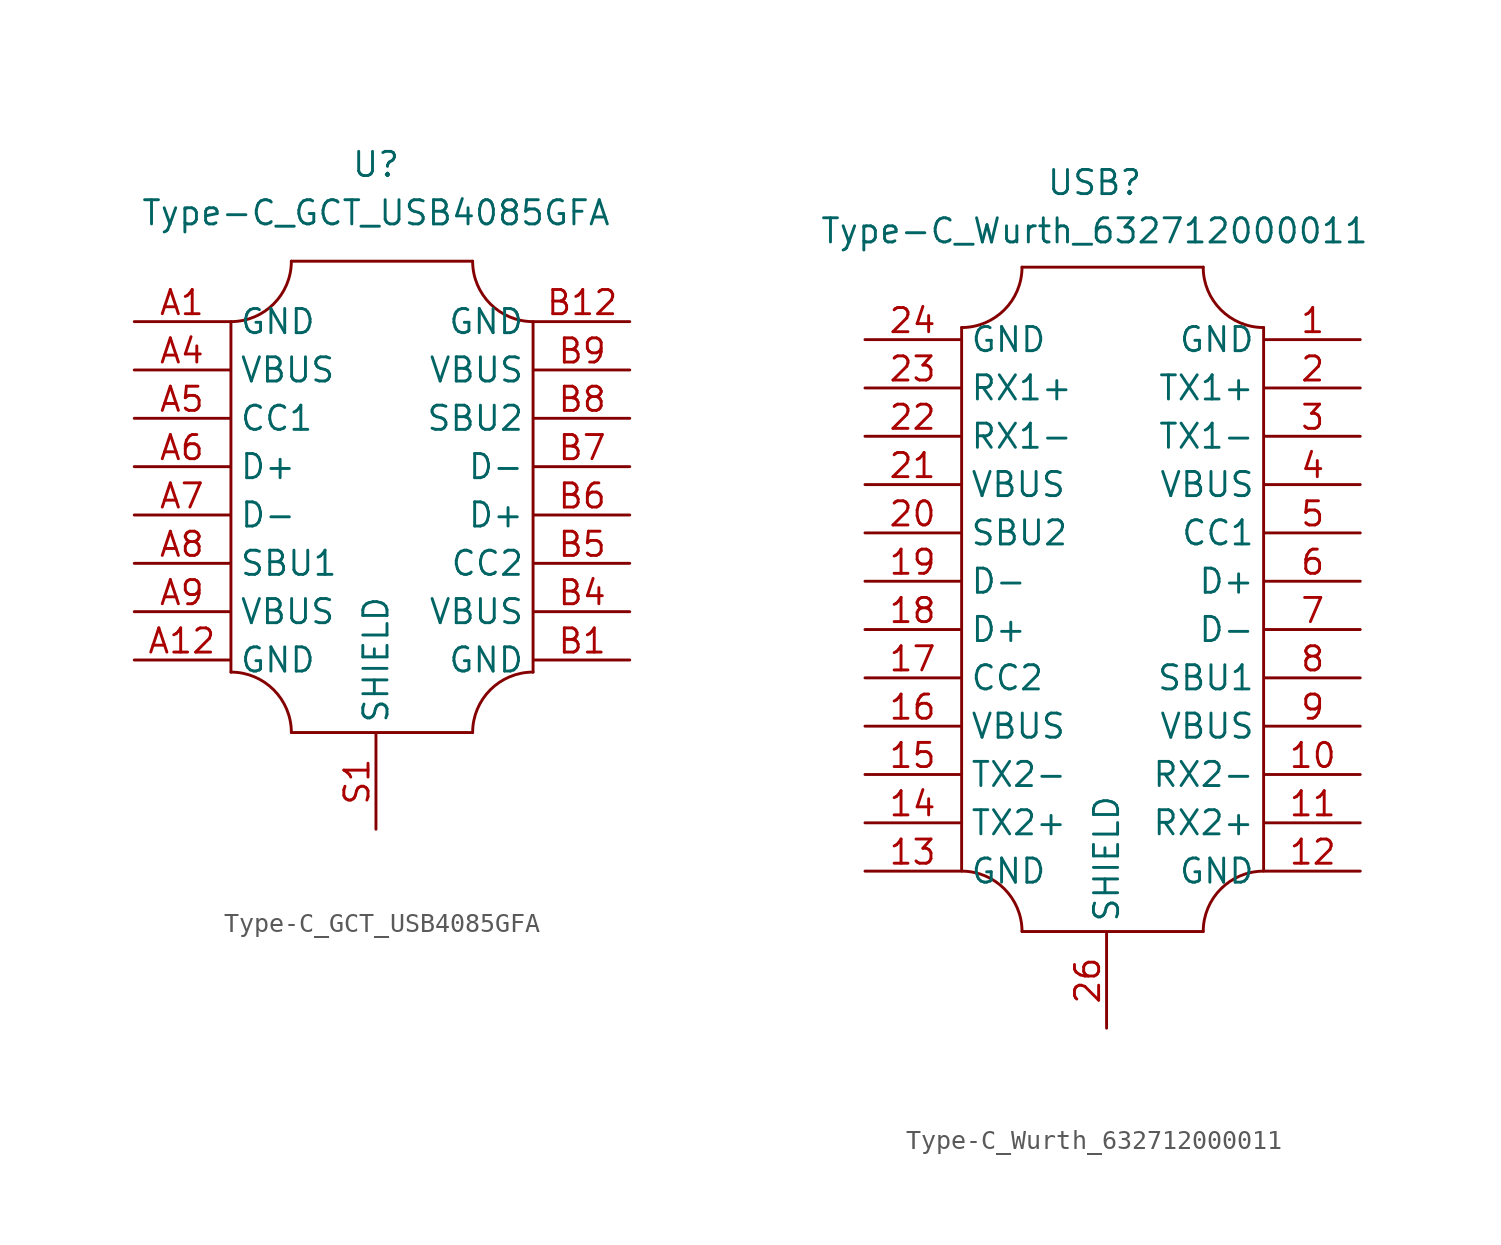
<source format=kicad_sym>
(kicad_symbol_lib
  (version 20211014)
  (generator kicad_symbol_editor)
  (symbol "Type-C_GCT_USB4085GFA"
    (property "Reference" "U"
      (at 0 29.845 0)
      (effects (font (size 1.27 1.27))))
    (property "Value" "Type-C_GCT_USB4085GFA"
      (at 0 27.305 0)
      (effects (font (size 1.27 1.27))))
    (symbol "Type-C_GCT_USB4085GFA_0_0"
      (pin power_in line (at -12.7 21.59 0) (length 5) (name "GND" (effects (font (size 1.27 1.27)))) (number "A1" (effects (font (size 1.27 1.27)))))
      (pin power_in line (at -12.7 3.81 0) (length 5) (name "GND" (effects (font (size 1.27 1.27)))) (number "A12" (effects (font (size 1.27 1.27)))))
      (pin power_in line (at -12.7 19.05 0) (length 5) (name "VBUS" (effects (font (size 1.27 1.27)))) (number "A4" (effects (font (size 1.27 1.27)))))
      (pin bidirectional line (at -12.7 16.51 0) (length 5) (name "CC1" (effects (font (size 1.27 1.27)))) (number "A5" (effects (font (size 1.27 1.27)))))
      (pin bidirectional line (at -12.7 13.97 0) (length 5) (name "D+" (effects (font (size 1.27 1.27)))) (number "A6" (effects (font (size 1.27 1.27)))))
      (pin bidirectional line (at -12.7 11.43 0) (length 5) (name "D-" (effects (font (size 1.27 1.27)))) (number "A7" (effects (font (size 1.27 1.27)))))
      (pin bidirectional line (at -12.7 8.89 0) (length 5) (name "SBU1" (effects (font (size 1.27 1.27)))) (number "A8" (effects (font (size 1.27 1.27)))))
      (pin power_in line (at -12.7 6.35 0) (length 5) (name "VBUS" (effects (font (size 1.27 1.27)))) (number "A9" (effects (font (size 1.27 1.27)))))
      (pin power_in line (at 13.335 3.81 180) (length 5) (name "GND" (effects (font (size 1.27 1.27)))) (number "B1" (effects (font (size 1.27 1.27)))))
      (pin power_in line (at 13.335 21.59 180) (length 5) (name "GND" (effects (font (size 1.27 1.27)))) (number "B12" (effects (font (size 1.27 1.27)))))
      (pin power_in line (at 13.335 6.35 180) (length 5) (name "VBUS" (effects (font (size 1.27 1.27)))) (number "B4" (effects (font (size 1.27 1.27)))))
      (pin bidirectional line (at 13.335 8.89 180) (length 5) (name "CC2" (effects (font (size 1.27 1.27)))) (number "B5" (effects (font (size 1.27 1.27)))))
      (pin bidirectional line (at 13.335 11.43 180) (length 5) (name "D+" (effects (font (size 1.27 1.27)))) (number "B6" (effects (font (size 1.27 1.27)))))
      (pin bidirectional line (at 13.335 13.97 180) (length 5) (name "D-" (effects (font (size 1.27 1.27)))) (number "B7" (effects (font (size 1.27 1.27)))))
      (pin bidirectional line (at 13.335 16.51 180) (length 5) (name "SBU2" (effects (font (size 1.27 1.27)))) (number "B8" (effects (font (size 1.27 1.27)))))
      (pin power_in line (at 13.335 19.05 180) (length 5) (name "VBUS" (effects (font (size 1.27 1.27)))) (number "B9" (effects (font (size 1.27 1.27)))))
      (pin power_in line (at 0 -5.08 90) (length 5) (name "SHIELD" (effects (font (size 1.27 1.27)))) (number "S1" (effects (font (size 1.27 1.27))))))
    (symbol "Type-C_GCT_USB4085GFA_0_1"
      (arc (start -7.62 21.59) (mid -2.1999 19.3449) (end -4.445 24.765) (stroke (width 0) (type default) (color 0 0 0 0)) (fill (type none)))
      (arc (start -4.445 0) (mid -2.1999 5.4201) (end -7.62 3.175) (stroke (width 0) (type default) (color 0 0 0 0)) (fill (type none)))
      (polyline (pts (xy -7.62 21.59) (xy -7.62 3.175)) (stroke (width 0) (type default) (color 0 0 0 0)) (fill (type none)))
      (polyline (pts (xy -4.445 24.765) (xy 5.08 24.765)) (stroke (width 0) (type default) (color 0 0 0 0)) (fill (type none)))
      (polyline (pts (xy 5.08 0) (xy -4.445 0)) (stroke (width 0) (type default) (color 0 0 0 0)) (fill (type none)))
      (polyline (pts (xy 8.255 3.175) (xy 8.255 21.59)) (stroke (width 0) (type default) (color 0 0 0 0)) (fill (type none)))
      (arc (start 5.08 24.765) (mid 2.8349 19.3449) (end 8.255 21.59) (stroke (width 0) (type default) (color 0 0 0 0)) (fill (type none)))
      (arc (start 8.255 3.175) (mid 2.8349 5.4201) (end 5.08 0) (stroke (width 0) (type default) (color 0 0 0 0)) (fill (type none)))))
  (symbol "Type-C_Wurth_632712000011"
    (property "Reference" "USB"
      (at 0 39.37 0)
      (effects (font (size 1.27 1.27))))
    (property "Value" "Type-C_Wurth_632712000011"
      (at 0 36.83 0)
      (effects (font (size 1.27 1.27))))
    (symbol "Type-C_Wurth_632712000011_0_0"
      (pin power_in line (at 13.97 31.115 180) (length 5) (name "GND" (effects (font (size 1.27 1.27)))) (number "1" (effects (font (size 1.27 1.27)))))
      (pin input line (at 13.97 8.255 180) (length 5) (name "RX2-" (effects (font (size 1.27 1.27)))) (number "10" (effects (font (size 1.27 1.27)))))
      (pin input line (at 13.97 5.715 180) (length 5) (name "RX2+" (effects (font (size 1.27 1.27)))) (number "11" (effects (font (size 1.27 1.27)))))
      (pin power_in line (at 13.97 3.175 180) (length 5) (name "GND" (effects (font (size 1.27 1.27)))) (number "12" (effects (font (size 1.27 1.27)))))
      (pin power_in line (at -12.065 3.175 0) (length 5) (name "GND" (effects (font (size 1.27 1.27)))) (number "13" (effects (font (size 1.27 1.27)))))
      (pin output line (at -12.065 5.715 0) (length 5) (name "TX2+" (effects (font (size 1.27 1.27)))) (number "14" (effects (font (size 1.27 1.27)))))
      (pin output line (at -12.065 8.255 0) (length 5) (name "TX2-" (effects (font (size 1.27 1.27)))) (number "15" (effects (font (size 1.27 1.27)))))
      (pin power_in line (at -12.065 10.795 0) (length 5) (name "VBUS" (effects (font (size 1.27 1.27)))) (number "16" (effects (font (size 1.27 1.27)))))
      (pin bidirectional line (at -12.065 13.335 0) (length 5) (name "CC2" (effects (font (size 1.27 1.27)))) (number "17" (effects (font (size 1.27 1.27)))))
      (pin bidirectional line (at -12.065 15.875 0) (length 5) (name "D+" (effects (font (size 1.27 1.27)))) (number "18" (effects (font (size 1.27 1.27)))))
      (pin bidirectional line (at -12.065 18.415 0) (length 5) (name "D-" (effects (font (size 1.27 1.27)))) (number "19" (effects (font (size 1.27 1.27)))))
      (pin output line (at 13.97 28.575 180) (length 5) (name "TX1+" (effects (font (size 1.27 1.27)))) (number "2" (effects (font (size 1.27 1.27)))))
      (pin bidirectional line (at -12.065 20.955 0) (length 5) (name "SBU2" (effects (font (size 1.27 1.27)))) (number "20" (effects (font (size 1.27 1.27)))))
      (pin power_in line (at -12.065 23.495 0) (length 5) (name "VBUS" (effects (font (size 1.27 1.27)))) (number "21" (effects (font (size 1.27 1.27)))))
      (pin input line (at -12.065 26.035 0) (length 5) (name "RX1-" (effects (font (size 1.27 1.27)))) (number "22" (effects (font (size 1.27 1.27)))))
      (pin input line (at -12.065 28.575 0) (length 5) (name "RX1+" (effects (font (size 1.27 1.27)))) (number "23" (effects (font (size 1.27 1.27)))))
      (pin power_in line (at -12.065 31.115 0) (length 5) (name "GND" (effects (font (size 1.27 1.27)))) (number "24" (effects (font (size 1.27 1.27)))))
      (pin power_in line (at 13.97 3.175 180) (length 5) hide (name "GND" (effects (font (size 1.27 1.27)))) (number "25" (effects (font (size 1.27 1.27)))))
      (pin power_in line (at 0.635 -5.08 90) (length 5) (name "SHIELD" (effects (font (size 1.27 1.27)))) (number "26" (effects (font (size 1.27 1.27)))))
      (pin power_in line (at 0.635 -5.08 90) (length 5) hide (name "SHIELD" (effects (font (size 1.27 1.27)))) (number "27" (effects (font (size 1.27 1.27)))))
      (pin output line (at 13.97 26.035 180) (length 5) (name "TX1-" (effects (font (size 1.27 1.27)))) (number "3" (effects (font (size 1.27 1.27)))))
      (pin power_in line (at 13.97 23.495 180) (length 5) (name "VBUS" (effects (font (size 1.27 1.27)))) (number "4" (effects (font (size 1.27 1.27)))))
      (pin bidirectional line (at 13.97 20.955 180) (length 5) (name "CC1" (effects (font (size 1.27 1.27)))) (number "5" (effects (font (size 1.27 1.27)))))
      (pin bidirectional line (at 13.97 18.415 180) (length 5) (name "D+" (effects (font (size 1.27 1.27)))) (number "6" (effects (font (size 1.27 1.27)))))
      (pin bidirectional line (at 13.97 15.875 180) (length 5) (name "D-" (effects (font (size 1.27 1.27)))) (number "7" (effects (font (size 1.27 1.27)))))
      (pin bidirectional line (at 13.97 13.335 180) (length 5) (name "SBU1" (effects (font (size 1.27 1.27)))) (number "8" (effects (font (size 1.27 1.27)))))
      (pin power_in line (at 13.97 10.795 180) (length 5) (name "VBUS" (effects (font (size 1.27 1.27)))) (number "9" (effects (font (size 1.27 1.27))))))
    (symbol "Type-C_Wurth_632712000011_0_1"
      (arc (start -6.985 31.75) (mid -1.5649 29.5049) (end -3.81 34.925) (stroke (width 0) (type default) (color 0 0 0 0)) (fill (type none)))
      (arc (start -3.81 0) (mid -1.5649 5.4201) (end -6.985 3.175) (stroke (width 0) (type default) (color 0 0 0 0)) (fill (type none)))
      (polyline (pts (xy -6.985 31.75) (xy -6.985 3.175)) (stroke (width 0) (type default) (color 0 0 0 0)) (fill (type none)))
      (polyline (pts (xy -3.81 34.925) (xy 5.715 34.925)) (stroke (width 0) (type default) (color 0 0 0 0)) (fill (type none)))
      (polyline (pts (xy 5.715 0) (xy -3.81 0)) (stroke (width 0) (type default) (color 0 0 0 0)) (fill (type none)))
      (polyline (pts (xy 8.89 31.75) (xy 8.89 3.175)) (stroke (width 0) (type default) (color 0 0 0 0)) (fill (type none)))
      (arc (start 5.715 34.925) (mid 3.4699 29.5049) (end 8.89 31.75) (stroke (width 0) (type default) (color 0 0 0 0)) (fill (type none)))
      (arc (start 8.89 3.175) (mid 3.4699 5.4201) (end 5.715 0) (stroke (width 0) (type default) (color 0 0 0 0)) (fill (type none))))))
</source>
